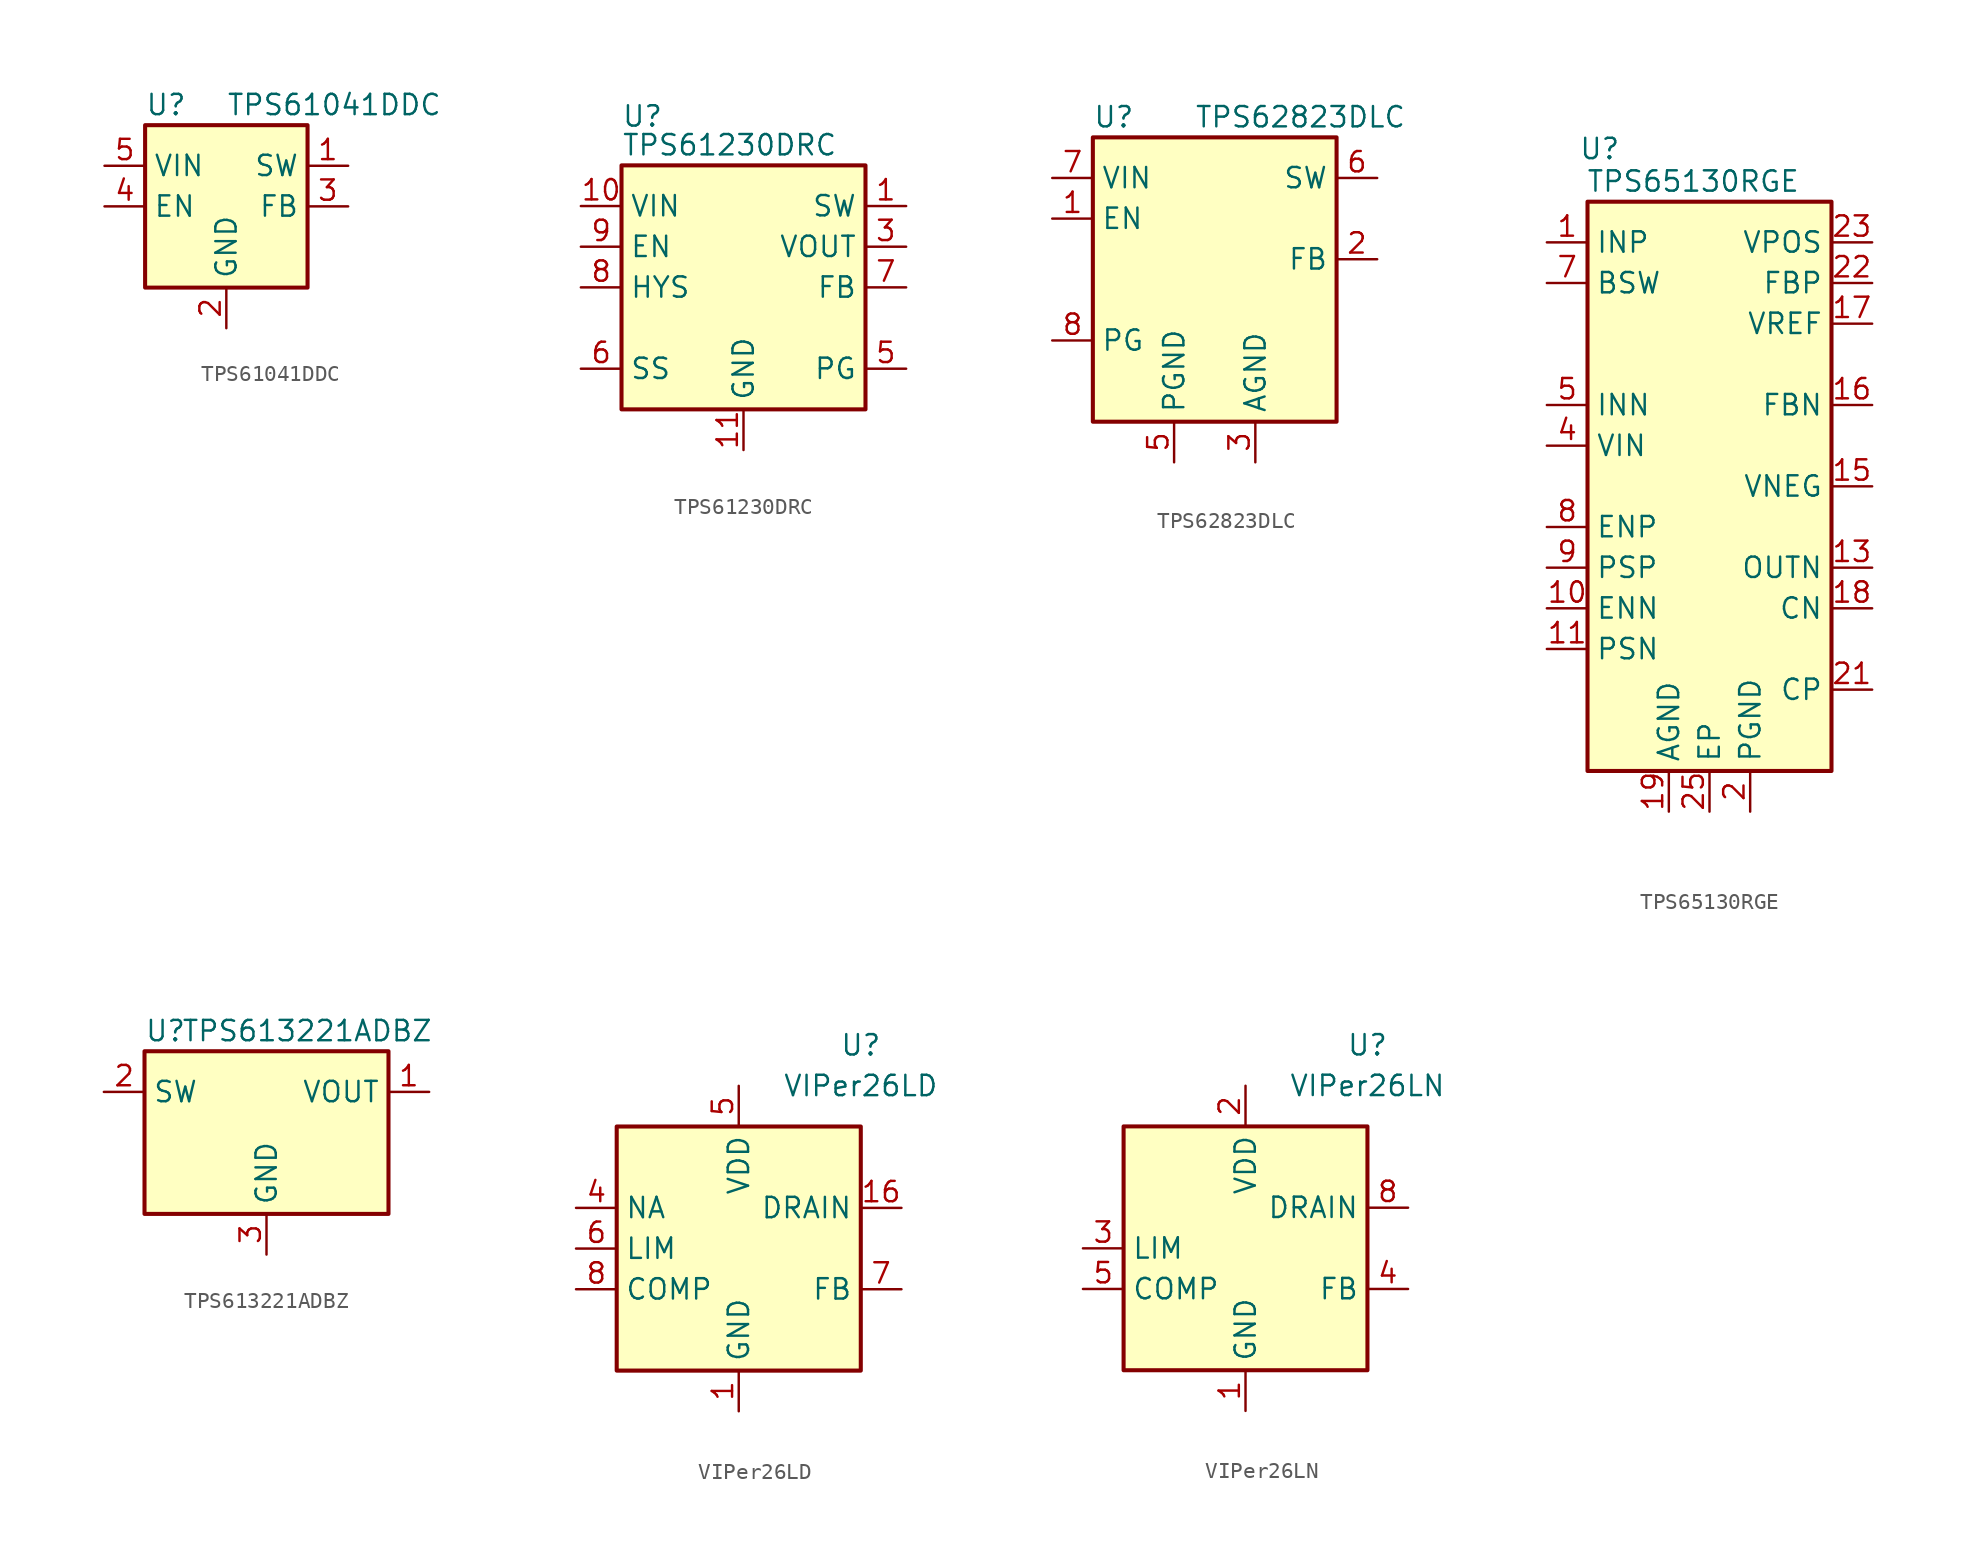
<source format=kicad_sym>
(kicad_symbol_lib
  (version 20201005)
  (generator kicad_symbol_editor)
  (symbol "TPS61041DDC"
    (property "Reference" "U"
      (at -5.08 6.35 0)
      (effects (font (size 1.27 1.27)) (justify left)))
    (property "Value" "TPS61041DDC"
      (at 0 6.35 0)
      (effects (font (size 1.27 1.27)) (justify left)))
    (symbol "TPS61041DDC_0_1"
      (rectangle (start -5.08 5.08) (end 5.08 -5.08) (stroke (width 0.254)) (fill (type background))))
    (symbol "TPS61041DDC_1_1"
      (pin power_out line (at 7.62 2.54 180) (length 2.54) (name "SW" (effects (font (size 1.27 1.27)))) (number "1" (effects (font (size 1.27 1.27)))))
      (pin power_in line (at 0 -7.62 90) (length 2.54) (name "GND" (effects (font (size 1.27 1.27)))) (number "2" (effects (font (size 1.27 1.27)))))
      (pin input line (at 7.62 0 180) (length 2.54) (name "FB" (effects (font (size 1.27 1.27)))) (number "3" (effects (font (size 1.27 1.27)))))
      (pin input line (at -7.62 0 0) (length 2.54) (name "EN" (effects (font (size 1.27 1.27)))) (number "4" (effects (font (size 1.27 1.27)))))
      (pin power_in line (at -7.62 2.54 0) (length 2.54) (name "VIN" (effects (font (size 1.27 1.27)))) (number "5" (effects (font (size 1.27 1.27)))))))
  (symbol "TPS61230DRC"
    (property "Reference" "U"
      (at -7.62 11.43 0)
      (effects (font (size 1.27 1.27)) (justify left top)))
    (property "Value" "TPS61230DRC"
      (at -7.62 8.89 0)
      (effects (font (size 1.27 1.27)) (justify left)))
    (symbol "TPS61230DRC_0_1"
      (rectangle (start -7.62 7.62) (end 7.62 -7.62) (stroke (width 0.254)) (fill (type background))))
    (symbol "TPS61230DRC_1_1"
      (pin power_out line (at 10.16 5.08 180) (length 2.54) (name "SW" (effects (font (size 1.27 1.27)))) (number "1" (effects (font (size 1.27 1.27)))))
      (pin power_in line (at -10.16 5.08 0) (length 2.54) (name "VIN" (effects (font (size 1.27 1.27)))) (number "10" (effects (font (size 1.27 1.27)))))
      (pin power_in line (at 0 -10.16 90) (length 2.54) (name "GND" (effects (font (size 1.27 1.27)))) (number "11" (effects (font (size 1.27 1.27)))))
      (pin passive line (at 10.16 5.08 180) (length 2.54) hide (name "SW" (effects (font (size 1.27 1.27)))) (number "2" (effects (font (size 1.27 1.27)))))
      (pin power_out line (at 10.16 2.54 180) (length 2.54) (name "VOUT" (effects (font (size 1.27 1.27)))) (number "3" (effects (font (size 1.27 1.27)))))
      (pin passive line (at 10.16 2.54 180) (length 2.54) hide (name "VOUT" (effects (font (size 1.27 1.27)))) (number "4" (effects (font (size 1.27 1.27)))))
      (pin output line (at 10.16 -5.08 180) (length 2.54) (name "PG" (effects (font (size 1.27 1.27)))) (number "5" (effects (font (size 1.27 1.27)))))
      (pin input line (at -10.16 -5.08 0) (length 2.54) (name "SS" (effects (font (size 1.27 1.27)))) (number "6" (effects (font (size 1.27 1.27)))))
      (pin input line (at 10.16 0 180) (length 2.54) (name "FB" (effects (font (size 1.27 1.27)))) (number "7" (effects (font (size 1.27 1.27)))))
      (pin output line (at -10.16 0 0) (length 2.54) (name "HYS" (effects (font (size 1.27 1.27)))) (number "8" (effects (font (size 1.27 1.27)))))
      (pin input line (at -10.16 2.54 0) (length 2.54) (name "EN" (effects (font (size 1.27 1.27)))) (number "9" (effects (font (size 1.27 1.27)))))))
  (symbol "TPS62823DLC"
    (property "Reference" "U"
      (at -7.62 11.43 0)
      (effects (font (size 1.27 1.27)) (justify left)))
    (property "Value" "TPS62823DLC"
      (at -1.27 11.43 0)
      (effects (font (size 1.27 1.27)) (justify left)))
    (symbol "TPS62823DLC_0_1"
      (rectangle (start -7.62 10.16) (end 7.62 -7.62) (stroke (width 0.254)) (fill (type background))))
    (symbol "TPS62823DLC_1_1"
      (pin input line (at -10.16 5.08 0) (length 2.54) (name "EN" (effects (font (size 1.27 1.27)))) (number "1" (effects (font (size 1.27 1.27)))))
      (pin input line (at 10.16 2.54 180) (length 2.54) (name "FB" (effects (font (size 1.27 1.27)))) (number "2" (effects (font (size 1.27 1.27)))))
      (pin power_in line (at 2.54 -10.16 90) (length 2.54) (name "AGND" (effects (font (size 1.27 1.27)))) (number "3" (effects (font (size 1.27 1.27)))))
      (pin no_connect line (at 7.62 5.08 180) (length 2.54) hide (name "NC" (effects (font (size 1.27 1.27)))) (number "4" (effects (font (size 1.27 1.27)))))
      (pin power_in line (at -2.54 -10.16 90) (length 2.54) (name "PGND" (effects (font (size 1.27 1.27)))) (number "5" (effects (font (size 1.27 1.27)))))
      (pin power_out line (at 10.16 7.62 180) (length 2.54) (name "SW" (effects (font (size 1.27 1.27)))) (number "6" (effects (font (size 1.27 1.27)))))
      (pin power_in line (at -10.16 7.62 0) (length 2.54) (name "VIN" (effects (font (size 1.27 1.27)))) (number "7" (effects (font (size 1.27 1.27)))))
      (pin open_collector line (at -10.16 -2.54 0) (length 2.54) (name "PG" (effects (font (size 1.27 1.27)))) (number "8" (effects (font (size 1.27 1.27)))))))
  (symbol "TPS65130RGE"
    (property "Reference" "U"
      (at -6.858 21.082 0)
      (effects (font (size 1.27 1.27))))
    (property "Value" "TPS65130RGE"
      (at -1.016 19.05 0)
      (effects (font (size 1.27 1.27))))
    (symbol "TPS65130RGE_0_1"
      (rectangle (start -7.62 17.78) (end 7.62 -17.78) (stroke (width 0.254)) (fill (type background))))
    (symbol "TPS65130RGE_1_1"
      (pin input line (at -10.16 15.24 0) (length 2.54) (name "INP" (effects (font (size 1.27 1.27)))) (number "1" (effects (font (size 1.27 1.27)))))
      (pin input line (at -10.16 -7.62 0) (length 2.54) (name "ENN" (effects (font (size 1.27 1.27)))) (number "10" (effects (font (size 1.27 1.27)))))
      (pin input line (at -10.16 -10.16 0) (length 2.54) (name "PSN" (effects (font (size 1.27 1.27)))) (number "11" (effects (font (size 1.27 1.27)))))
      (pin no_connect line (at -7.62 7.62 0) (length 2.54) hide (name "NC" (effects (font (size 1.27 1.27)))) (number "12" (effects (font (size 1.27 1.27)))))
      (pin output line (at 10.16 -5.08 180) (length 2.54) (name "OUTN" (effects (font (size 1.27 1.27)))) (number "13" (effects (font (size 1.27 1.27)))))
      (pin passive line (at 10.16 -5.08 180) (length 2.54) hide (name "OUTN" (effects (font (size 1.27 1.27)))) (number "14" (effects (font (size 1.27 1.27)))))
      (pin input line (at 10.16 0 180) (length 2.54) (name "VNEG" (effects (font (size 1.27 1.27)))) (number "15" (effects (font (size 1.27 1.27)))))
      (pin input line (at 10.16 5.08 180) (length 2.54) (name "FBN" (effects (font (size 1.27 1.27)))) (number "16" (effects (font (size 1.27 1.27)))))
      (pin output line (at 10.16 10.16 180) (length 2.54) (name "VREF" (effects (font (size 1.27 1.27)))) (number "17" (effects (font (size 1.27 1.27)))))
      (pin passive line (at 10.16 -7.62 180) (length 2.54) (name "CN" (effects (font (size 1.27 1.27)))) (number "18" (effects (font (size 1.27 1.27)))))
      (pin power_in line (at -2.54 -20.32 90) (length 2.54) (name "AGND" (effects (font (size 1.27 1.27)))) (number "19" (effects (font (size 1.27 1.27)))))
      (pin power_in line (at 2.54 -20.32 90) (length 2.54) (name "PGND" (effects (font (size 1.27 1.27)))) (number "2" (effects (font (size 1.27 1.27)))))
      (pin no_connect line (at -7.62 10.16 0) (length 2.54) hide (name "NC" (effects (font (size 1.27 1.27)))) (number "20" (effects (font (size 1.27 1.27)))))
      (pin passive line (at 10.16 -12.7 180) (length 2.54) (name "CP" (effects (font (size 1.27 1.27)))) (number "21" (effects (font (size 1.27 1.27)))))
      (pin input line (at 10.16 12.7 180) (length 2.54) (name "FBP" (effects (font (size 1.27 1.27)))) (number "22" (effects (font (size 1.27 1.27)))))
      (pin input line (at 10.16 15.24 180) (length 2.54) (name "VPOS" (effects (font (size 1.27 1.27)))) (number "23" (effects (font (size 1.27 1.27)))))
      (pin input line (at -10.16 15.24 0) (length 2.54) hide (name "INP" (effects (font (size 1.27 1.27)))) (number "24" (effects (font (size 1.27 1.27)))))
      (pin passive line (at 0 -20.32 90) (length 2.54) (name "EP" (effects (font (size 1.27 1.27)))) (number "25" (effects (font (size 1.27 1.27)))))
      (pin passive line (at 2.54 -20.32 90) (length 2.54) hide (name "PGND" (effects (font (size 1.27 1.27)))) (number "3" (effects (font (size 1.27 1.27)))))
      (pin power_in line (at -10.16 2.54 0) (length 2.54) (name "VIN" (effects (font (size 1.27 1.27)))) (number "4" (effects (font (size 1.27 1.27)))))
      (pin input line (at -10.16 5.08 0) (length 2.54) (name "INN" (effects (font (size 1.27 1.27)))) (number "5" (effects (font (size 1.27 1.27)))))
      (pin input line (at -10.16 5.08 0) (length 2.54) hide (name "INN" (effects (font (size 1.27 1.27)))) (number "6" (effects (font (size 1.27 1.27)))))
      (pin output line (at -10.16 12.7 0) (length 2.54) (name "BSW" (effects (font (size 1.27 1.27)))) (number "7" (effects (font (size 1.27 1.27)))))
      (pin input line (at -10.16 -2.54 0) (length 2.54) (name "ENP" (effects (font (size 1.27 1.27)))) (number "8" (effects (font (size 1.27 1.27)))))
      (pin input line (at -10.16 -5.08 0) (length 2.54) (name "PSP" (effects (font (size 1.27 1.27)))) (number "9" (effects (font (size 1.27 1.27)))))))
  (symbol "TPS613221ADBZ"
    (property "Reference" "U"
      (at -7.62 6.35 0)
      (effects (font (size 1.27 1.27)) (justify left)))
    (property "Value" "TPS613221ADBZ"
      (at 2.54 6.35 0)
      (effects (font (size 1.27 1.27))))
    (symbol "TPS613221ADBZ_0_1"
      (rectangle (start -7.62 5.08) (end 7.62 -5.08) (stroke (width 0.254)) (fill (type background))))
    (symbol "TPS613221ADBZ_1_1"
      (pin power_out line (at 10.16 2.54 180) (length 2.54) (name "VOUT" (effects (font (size 1.27 1.27)))) (number "1" (effects (font (size 1.27 1.27)))))
      (pin power_in line (at -10.16 2.54 0) (length 2.54) (name "SW" (effects (font (size 1.27 1.27)))) (number "2" (effects (font (size 1.27 1.27)))))
      (pin power_in line (at 0 -7.62 90) (length 2.54) (name "GND" (effects (font (size 1.27 1.27)))) (number "3" (effects (font (size 1.27 1.27)))))))
  (symbol "VIPer26LD"
    (property "Reference" "U"
      (at 7.62 12.7 0)
      (effects (font (size 1.27 1.27))))
    (property "Value" "VIPer26LD"
      (at 7.62 10.16 0)
      (effects (font (size 1.27 1.27))))
    (symbol "VIPer26LD_0_1"
      (rectangle (start -7.62 -7.62) (end 7.62 7.62) (stroke (width 0.254)) (fill (type background))))
    (symbol "VIPer26LD_1_1"
      (pin power_in line (at 0 -10.16 90) (length 2.54) (name "GND" (effects (font (size 1.27 1.27)))) (number "1" (effects (font (size 1.27 1.27)))))
      (pin no_connect line (at 7.62 -5.08 180) (length 2.54) hide (name "NC" (effects (font (size 1.27 1.27)))) (number "10" (effects (font (size 1.27 1.27)))))
      (pin no_connect line (at 7.62 0 180) (length 2.54) hide (name "NC" (effects (font (size 1.27 1.27)))) (number "11" (effects (font (size 1.27 1.27)))))
      (pin no_connect line (at 7.62 5.08 180) (length 2.54) hide (name "NC" (effects (font (size 1.27 1.27)))) (number "12" (effects (font (size 1.27 1.27)))))
      (pin passive line (at 10.16 2.54 180) (length 2.54) hide (name "DRAIN" (effects (font (size 1.27 1.27)))) (number "13" (effects (font (size 1.27 1.27)))))
      (pin passive line (at 10.16 2.54 180) (length 2.54) hide (name "DRAIN" (effects (font (size 1.27 1.27)))) (number "14" (effects (font (size 1.27 1.27)))))
      (pin passive line (at 10.16 2.54 180) (length 2.54) hide (name "DRAIN" (effects (font (size 1.27 1.27)))) (number "15" (effects (font (size 1.27 1.27)))))
      (pin passive line (at 10.16 2.54 180) (length 2.54) (name "DRAIN" (effects (font (size 1.27 1.27)))) (number "16" (effects (font (size 1.27 1.27)))))
      (pin passive line (at 0 -10.16 90) (length 2.54) hide (name "GND" (effects (font (size 1.27 1.27)))) (number "2" (effects (font (size 1.27 1.27)))))
      (pin no_connect line (at -7.62 5.08 0) (length 2.54) hide (name "NC" (effects (font (size 1.27 1.27)))) (number "3" (effects (font (size 1.27 1.27)))))
      (pin passive line (at -10.16 2.54 0) (length 2.54) (name "NA" (effects (font (size 1.27 1.27)))) (number "4" (effects (font (size 1.27 1.27)))))
      (pin power_in line (at 0 10.16 270) (length 2.54) (name "VDD" (effects (font (size 1.27 1.27)))) (number "5" (effects (font (size 1.27 1.27)))))
      (pin passive line (at -10.16 0 0) (length 2.54) (name "LIM" (effects (font (size 1.27 1.27)))) (number "6" (effects (font (size 1.27 1.27)))))
      (pin input line (at 10.16 -2.54 180) (length 2.54) (name "FB" (effects (font (size 1.27 1.27)))) (number "7" (effects (font (size 1.27 1.27)))))
      (pin passive line (at -10.16 -2.54 0) (length 2.54) (name "COMP" (effects (font (size 1.27 1.27)))) (number "8" (effects (font (size 1.27 1.27)))))
      (pin no_connect line (at -7.62 -5.08 0) (length 2.54) hide (name "NC" (effects (font (size 1.27 1.27)))) (number "9" (effects (font (size 1.27 1.27)))))))
  (symbol "VIPer26LN"
    (property "Reference" "U"
      (at 7.62 12.7 0)
      (effects (font (size 1.27 1.27))))
    (property "Value" "VIPer26LN"
      (at 7.62 10.16 0)
      (effects (font (size 1.27 1.27))))
    (symbol "VIPer26LN_1_1"
      (rectangle (start -7.62 7.62) (end 7.62 -7.62) (stroke (width 0.254)) (fill (type background)))
      (pin power_in line (at 0 -10.16 90) (length 2.54) (name "GND" (effects (font (size 1.27 1.27)))) (number "1" (effects (font (size 1.27 1.27)))))
      (pin power_in line (at 0 10.16 270) (length 2.54) (name "VDD" (effects (font (size 1.27 1.27)))) (number "2" (effects (font (size 1.27 1.27)))))
      (pin passive line (at -10.16 0 0) (length 2.54) (name "LIM" (effects (font (size 1.27 1.27)))) (number "3" (effects (font (size 1.27 1.27)))))
      (pin input line (at 10.16 -2.54 180) (length 2.54) (name "FB" (effects (font (size 1.27 1.27)))) (number "4" (effects (font (size 1.27 1.27)))))
      (pin passive line (at -10.16 -2.54 0) (length 2.54) (name "COMP" (effects (font (size 1.27 1.27)))) (number "5" (effects (font (size 1.27 1.27)))))
      (pin passive line (at 10.16 2.54 180) (length 2.54) hide (name "DRAIN" (effects (font (size 1.27 1.27)))) (number "7" (effects (font (size 1.27 1.27)))))
      (pin passive line (at 10.16 2.54 180) (length 2.54) (name "DRAIN" (effects (font (size 1.27 1.27)))) (number "8" (effects (font (size 1.27 1.27))))))))
</source>
